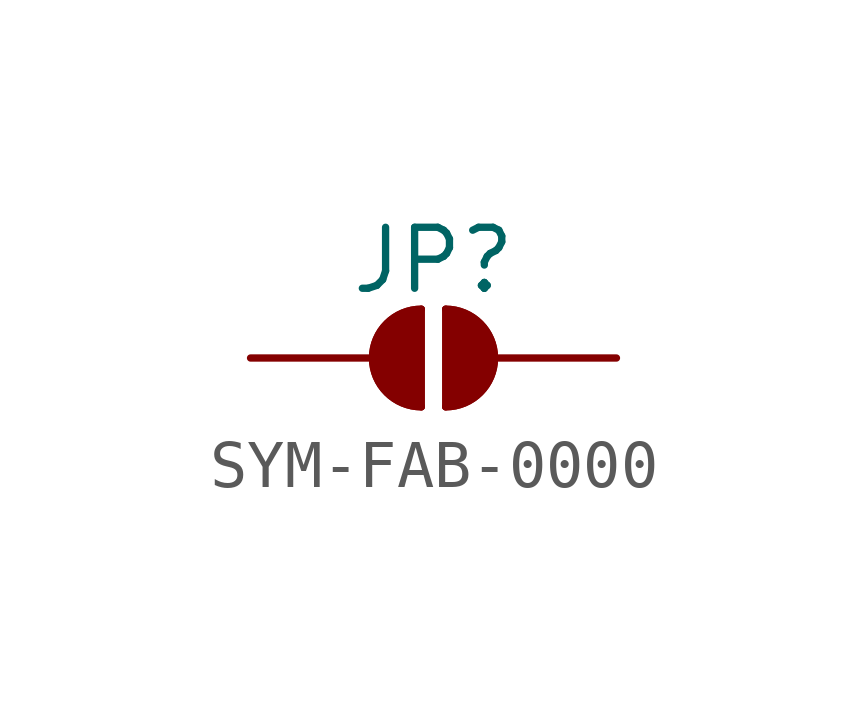
<source format=kicad_sym>
(kicad_symbol_lib
  (version 20241209)
  (generator "kicad_symbol_editor")
  (generator_version "9.0")
  (symbol "SYM-FAB-0000"
    (pin_numbers
      (hide yes))
    (pin_names
      (offset 0)
      (hide yes))
    (property "Reference" "JP"
      (at 0 2.032 0)
      (effects (font (size 1.27 1.27))))
    (symbol "SYM-FAB-0000_0_1"
      (polyline (pts (xy -0.254 1.016) (xy -0.254 -1.016)) (stroke (width 0) (type default)) (fill (type none)))
      (arc (start -0.254 -1.016) (mid -1.2656 0) (end -0.254 1.016) (stroke (width 0) (type default)) (fill (type none)))
      (arc (start -0.254 -1.016) (mid -1.2656 0) (end -0.254 1.016) (stroke (width 0) (type default)) (fill (type outline)))
      (arc (start 0.254 1.016) (mid 1.2656 0) (end 0.254 -1.016) (stroke (width 0) (type default)) (fill (type none)))
      (arc (start 0.254 1.016) (mid 1.2656 0) (end 0.254 -1.016) (stroke (width 0) (type default)) (fill (type outline)))
      (polyline (pts (xy 0.254 1.016) (xy 0.254 -1.016)) (stroke (width 0) (type default)) (fill (type none))))
    (symbol "SYM-FAB-0000_1_1"
      (pin passive line (at -3.81 0 0) (length 2.54) (name "A" (effects (font (size 1.27 1.27)))) (number "1" (effects (font (size 1.27 1.27)))))
      (pin passive line (at 3.81 0 180) (length 2.54) (name "B" (effects (font (size 1.27 1.27)))) (number "2" (effects (font (size 1.27 1.27))))))))
</source>
